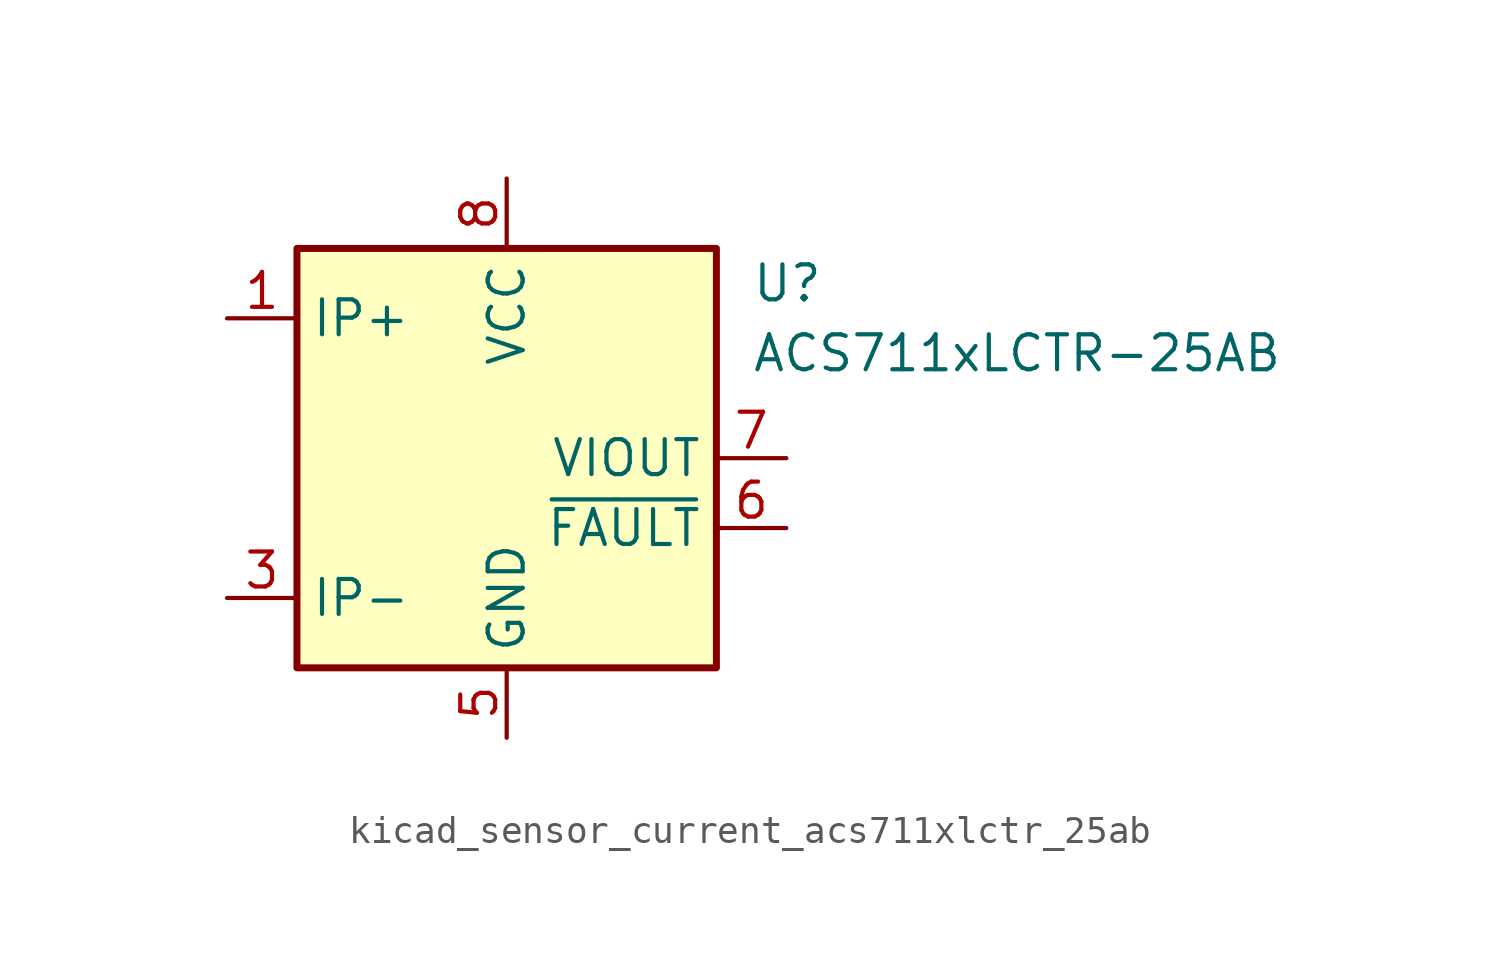
<source format=kicad_sym>
(kicad_symbol_lib
  (version 20220914)
  (generator kicad_symbol_editor)
  (symbol "kicad_sensor_current_acs711xlctr_25ab"
    (property "Reference" "U"
      (at 8.89 6.35 0)
      (effects (font (size 1.27 1.27)) (justify left)))
    (property "Value" "ACS711xLCTR-25AB"
      (at 8.89 3.81 0)
      (effects (font (size 1.27 1.27)) (justify left)))
    (symbol "kicad_sensor_current_acs711xlctr_25ab_0_1"
      (rectangle (start -7.62 7.62) (end 7.62 -7.62) (stroke (width 0.254) (type default)) (fill (type background))))
    (symbol "kicad_sensor_current_acs711xlctr_25ab_1_1"
      (pin passive line (at -10.16 5.08 0) (length 2.54) (name "IP+" (effects (font (size 1.27 1.27)))) (number "1" (effects (font (size 1.27 1.27)))))
      (pin passive line (at -10.16 5.08 0) (length 2.54) hide (name "IP+" (effects (font (size 1.27 1.27)))) (number "2" (effects (font (size 1.27 1.27)))))
      (pin passive line (at -10.16 -5.08 0) (length 2.54) (name "IP-" (effects (font (size 1.27 1.27)))) (number "3" (effects (font (size 1.27 1.27)))))
      (pin passive line (at -10.16 -5.08 0) (length 2.54) hide (name "IP-" (effects (font (size 1.27 1.27)))) (number "4" (effects (font (size 1.27 1.27)))))
      (pin power_in line (at 0 -10.16 90) (length 2.54) (name "GND" (effects (font (size 1.27 1.27)))) (number "5" (effects (font (size 1.27 1.27)))))
      (pin output line (at 10.16 -2.54 180) (length 2.54) (name "~{FAULT}" (effects (font (size 1.27 1.27)))) (number "6" (effects (font (size 1.27 1.27)))))
      (pin output line (at 10.16 0 180) (length 2.54) (name "VIOUT" (effects (font (size 1.27 1.27)))) (number "7" (effects (font (size 1.27 1.27)))))
      (pin power_in line (at 0 10.16 270) (length 2.54) (name "VCC" (effects (font (size 1.27 1.27)))) (number "8" (effects (font (size 1.27 1.27))))))))
</source>
